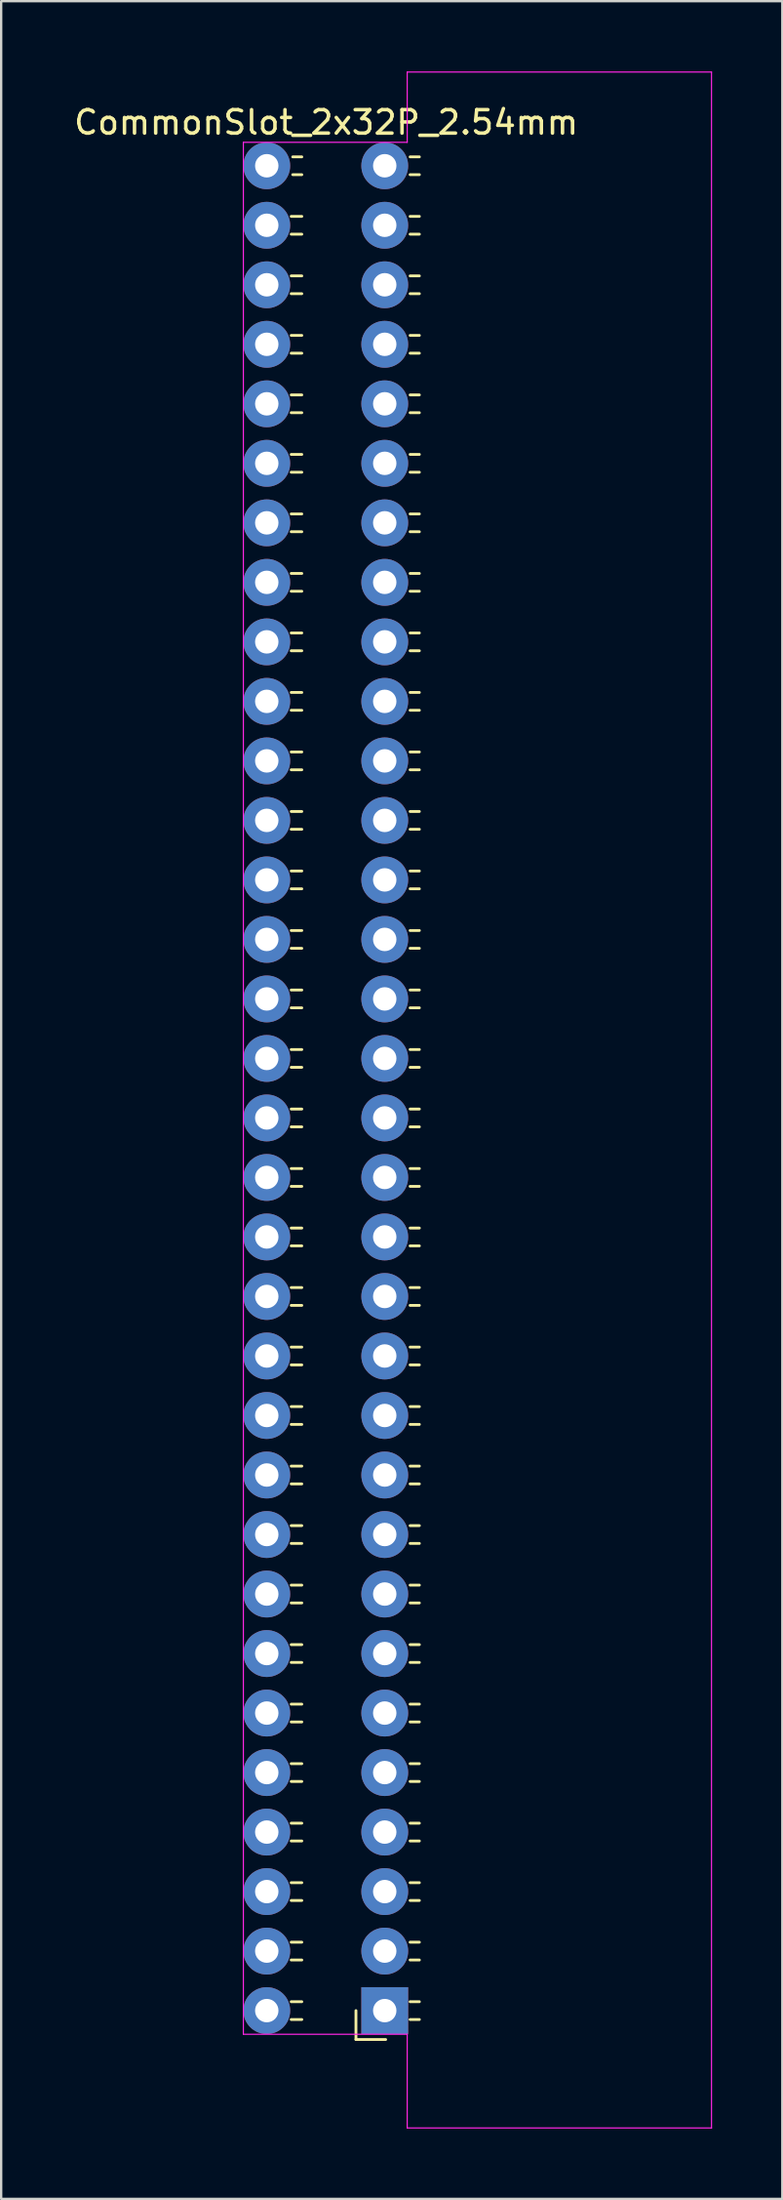
<source format=kicad_pcb>
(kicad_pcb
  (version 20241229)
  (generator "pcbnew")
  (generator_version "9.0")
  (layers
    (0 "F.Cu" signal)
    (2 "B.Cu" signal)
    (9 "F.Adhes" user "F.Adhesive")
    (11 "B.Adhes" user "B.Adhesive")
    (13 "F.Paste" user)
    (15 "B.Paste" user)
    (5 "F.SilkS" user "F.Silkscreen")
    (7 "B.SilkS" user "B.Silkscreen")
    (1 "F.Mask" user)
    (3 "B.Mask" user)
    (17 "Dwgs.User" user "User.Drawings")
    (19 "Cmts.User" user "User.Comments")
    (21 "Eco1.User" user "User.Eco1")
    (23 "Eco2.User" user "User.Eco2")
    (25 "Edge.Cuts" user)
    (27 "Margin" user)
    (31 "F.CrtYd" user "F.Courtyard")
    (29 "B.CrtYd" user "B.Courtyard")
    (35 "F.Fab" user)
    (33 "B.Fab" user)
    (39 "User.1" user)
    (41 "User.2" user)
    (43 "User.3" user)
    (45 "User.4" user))
  (footprint "CommonSlot_2x32P_2.54mm"
    (layer "F.Cu")
    (at 8.347 4.025)
    (property "Reference" "CommonSlot_2x32P_2.54mm" (at 2.54 -1.85 0) (layer "F.SilkS") (effects (font (size 1 1) (thickness 0.15))))
    (attr through_hole)
    (fp_line (start 1.043 2.16) (end 1.497 2.16) (stroke (width 0.12) (type solid)) (layer "F.SilkS"))
    (fp_line (start 1.043 2.92) (end 1.497 2.92) (stroke (width 0.12) (type solid)) (layer "F.SilkS"))
    (fp_line (start 1.043 4.7) (end 1.497 4.7) (stroke (width 0.12) (type solid)) (layer "F.SilkS"))
    (fp_line (start 1.043 5.46) (end 1.497 5.46) (stroke (width 0.12) (type solid)) (layer "F.SilkS"))
    (fp_line (start 1.043 7.24) (end 1.497 7.24) (stroke (width 0.12) (type solid)) (layer "F.SilkS"))
    (fp_line (start 1.043 8) (end 1.497 8) (stroke (width 0.12) (type solid)) (layer "F.SilkS"))
    (fp_line (start 1.043 9.78) (end 1.497 9.78) (stroke (width 0.12) (type solid)) (layer "F.SilkS"))
    (fp_line (start 1.043 10.54) (end 1.497 10.54) (stroke (width 0.12) (type solid)) (layer "F.SilkS"))
    (fp_line (start 1.043 12.32) (end 1.497 12.32) (stroke (width 0.12) (type solid)) (layer "F.SilkS"))
    (fp_line (start 1.043 13.08) (end 1.497 13.08) (stroke (width 0.12) (type solid)) (layer "F.SilkS"))
    (fp_line (start 1.043 14.86) (end 1.497 14.86) (stroke (width 0.12) (type solid)) (layer "F.SilkS"))
    (fp_line (start 1.043 15.62) (end 1.497 15.62) (stroke (width 0.12) (type solid)) (layer "F.SilkS"))
    (fp_line (start 1.043 17.4) (end 1.497 17.4) (stroke (width 0.12) (type solid)) (layer "F.SilkS"))
    (fp_line (start 1.043 18.16) (end 1.497 18.16) (stroke (width 0.12) (type solid)) (layer "F.SilkS"))
    (fp_line (start 1.043 19.94) (end 1.497 19.94) (stroke (width 0.12) (type solid)) (layer "F.SilkS"))
    (fp_line (start 1.043 20.7) (end 1.497 20.7) (stroke (width 0.12) (type solid)) (layer "F.SilkS"))
    (fp_line (start 1.043 22.48) (end 1.497 22.48) (stroke (width 0.12) (type solid)) (layer "F.SilkS"))
    (fp_line (start 1.043 23.24) (end 1.497 23.24) (stroke (width 0.12) (type solid)) (layer "F.SilkS"))
    (fp_line (start 1.043 25.02) (end 1.497 25.02) (stroke (width 0.12) (type solid)) (layer "F.SilkS"))
    (fp_line (start 1.043 25.78) (end 1.497 25.78) (stroke (width 0.12) (type solid)) (layer "F.SilkS"))
    (fp_line (start 1.043 27.56) (end 1.497 27.56) (stroke (width 0.12) (type solid)) (layer "F.SilkS"))
    (fp_line (start 1.043 28.32) (end 1.497 28.32) (stroke (width 0.12) (type solid)) (layer "F.SilkS"))
    (fp_line (start 1.043 30.1) (end 1.497 30.1) (stroke (width 0.12) (type solid)) (layer "F.SilkS"))
    (fp_line (start 1.043 30.86) (end 1.497 30.86) (stroke (width 0.12) (type solid)) (layer "F.SilkS"))
    (fp_line (start 1.043 32.64) (end 1.497 32.64) (stroke (width 0.12) (type solid)) (layer "F.SilkS"))
    (fp_line (start 1.043 33.4) (end 1.497 33.4) (stroke (width 0.12) (type solid)) (layer "F.SilkS"))
    (fp_line (start 1.043 35.18) (end 1.497 35.18) (stroke (width 0.12) (type solid)) (layer "F.SilkS"))
    (fp_line (start 1.043 35.94) (end 1.497 35.94) (stroke (width 0.12) (type solid)) (layer "F.SilkS"))
    (fp_line (start 1.043 37.72) (end 1.497 37.72) (stroke (width 0.12) (type solid)) (layer "F.SilkS"))
    (fp_line (start 1.043 38.48) (end 1.497 38.48) (stroke (width 0.12) (type solid)) (layer "F.SilkS"))
    (fp_line (start 1.043 40.26) (end 1.497 40.26) (stroke (width 0.12) (type solid)) (layer "F.SilkS"))
    (fp_line (start 1.043 41.02) (end 1.497 41.02) (stroke (width 0.12) (type solid)) (layer "F.SilkS"))
    (fp_line (start 1.043 42.8) (end 1.497 42.8) (stroke (width 0.12) (type solid)) (layer "F.SilkS"))
    (fp_line (start 1.043 43.56) (end 1.497 43.56) (stroke (width 0.12) (type solid)) (layer "F.SilkS"))
    (fp_line (start 1.043 45.34) (end 1.497 45.34) (stroke (width 0.12) (type solid)) (layer "F.SilkS"))
    (fp_line (start 1.043 46.1) (end 1.497 46.1) (stroke (width 0.12) (type solid)) (layer "F.SilkS"))
    (fp_line (start 1.043 47.88) (end 1.497 47.88) (stroke (width 0.12) (type solid)) (layer "F.SilkS"))
    (fp_line (start 1.043 48.64) (end 1.497 48.64) (stroke (width 0.12) (type solid)) (layer "F.SilkS"))
    (fp_line (start 1.043 50.42) (end 1.497 50.42) (stroke (width 0.12) (type solid)) (layer "F.SilkS"))
    (fp_line (start 1.043 51.18) (end 1.497 51.18) (stroke (width 0.12) (type solid)) (layer "F.SilkS"))
    (fp_line (start 1.043 52.96) (end 1.497 52.96) (stroke (width 0.12) (type solid)) (layer "F.SilkS"))
    (fp_line (start 1.043 53.72) (end 1.497 53.72) (stroke (width 0.12) (type solid)) (layer "F.SilkS"))
    (fp_line (start 1.043 55.5) (end 1.497 55.5) (stroke (width 0.12) (type solid)) (layer "F.SilkS"))
    (fp_line (start 1.043 56.26) (end 1.497 56.26) (stroke (width 0.12) (type solid)) (layer "F.SilkS"))
    (fp_line (start 1.043 58.04) (end 1.497 58.04) (stroke (width 0.12) (type solid)) (layer "F.SilkS"))
    (fp_line (start 1.043 58.8) (end 1.497 58.8) (stroke (width 0.12) (type solid)) (layer "F.SilkS"))
    (fp_line (start 1.043 60.58) (end 1.497 60.58) (stroke (width 0.12) (type solid)) (layer "F.SilkS"))
    (fp_line (start 1.043 61.34) (end 1.497 61.34) (stroke (width 0.12) (type solid)) (layer "F.SilkS"))
    (fp_line (start 1.043 63.12) (end 1.497 63.12) (stroke (width 0.12) (type solid)) (layer "F.SilkS"))
    (fp_line (start 1.043 63.88) (end 1.497 63.88) (stroke (width 0.12) (type solid)) (layer "F.SilkS"))
    (fp_line (start 1.043 65.66) (end 1.497 65.66) (stroke (width 0.12) (type solid)) (layer "F.SilkS"))
    (fp_line (start 1.043 66.42) (end 1.497 66.42) (stroke (width 0.12) (type solid)) (layer "F.SilkS"))
    (fp_line (start 1.043 68.2) (end 1.497 68.2) (stroke (width 0.12) (type solid)) (layer "F.SilkS"))
    (fp_line (start 1.043 68.96) (end 1.497 68.96) (stroke (width 0.12) (type solid)) (layer "F.SilkS"))
    (fp_line (start 1.043 70.74) (end 1.497 70.74) (stroke (width 0.12) (type solid)) (layer "F.SilkS"))
    (fp_line (start 1.043 71.5) (end 1.497 71.5) (stroke (width 0.12) (type solid)) (layer "F.SilkS"))
    (fp_line (start 1.043 73.28) (end 1.497 73.28) (stroke (width 0.12) (type solid)) (layer "F.SilkS"))
    (fp_line (start 1.043 74.04) (end 1.497 74.04) (stroke (width 0.12) (type solid)) (layer "F.SilkS"))
    (fp_line (start 1.043 75.82) (end 1.497 75.82) (stroke (width 0.12) (type solid)) (layer "F.SilkS"))
    (fp_line (start 1.043 76.58) (end 1.497 76.58) (stroke (width 0.12) (type solid)) (layer "F.SilkS"))
    (fp_line (start 1.043 78.36) (end 1.497 78.36) (stroke (width 0.12) (type solid)) (layer "F.SilkS"))
    (fp_line (start 1.043 79.12) (end 1.497 79.12) (stroke (width 0.12) (type solid)) (layer "F.SilkS"))
    (fp_line (start 1.11 -0.38) (end 1.497 -0.38) (stroke (width 0.12) (type solid)) (layer "F.SilkS"))
    (fp_line (start 1.11 0.38) (end 1.497 0.38) (stroke (width 0.12) (type solid)) (layer "F.SilkS"))
    (fp_line (start 3.81 78.74) (end 3.81 79.974) (stroke (width 0.12) (type solid)) (layer "F.SilkS"))
    (fp_line (start 3.81 79.974) (end 5.08 79.974) (stroke (width 0.12) (type solid)) (layer "F.SilkS"))
    (fp_line (start 6.123 -0.38) (end 6.52 -0.38) (stroke (width 0.12) (type solid)) (layer "F.SilkS"))
    (fp_line (start 6.123 0.38) (end 6.52 0.38) (stroke (width 0.12) (type solid)) (layer "F.SilkS"))
    (fp_line (start 6.123 2.16) (end 6.52 2.16) (stroke (width 0.12) (type solid)) (layer "F.SilkS"))
    (fp_line (start 6.123 2.92) (end 6.52 2.92) (stroke (width 0.12) (type solid)) (layer "F.SilkS"))
    (fp_line (start 6.123 4.7) (end 6.52 4.7) (stroke (width 0.12) (type solid)) (layer "F.SilkS"))
    (fp_line (start 6.123 5.46) (end 6.52 5.46) (stroke (width 0.12) (type solid)) (layer "F.SilkS"))
    (fp_line (start 6.123 7.24) (end 6.52 7.24) (stroke (width 0.12) (type solid)) (layer "F.SilkS"))
    (fp_line (start 6.123 8) (end 6.52 8) (stroke (width 0.12) (type solid)) (layer "F.SilkS"))
    (fp_line (start 6.123 9.78) (end 6.52 9.78) (stroke (width 0.12) (type solid)) (layer "F.SilkS"))
    (fp_line (start 6.123 10.54) (end 6.52 10.54) (stroke (width 0.12) (type solid)) (layer "F.SilkS"))
    (fp_line (start 6.123 12.32) (end 6.52 12.32) (stroke (width 0.12) (type solid)) (layer "F.SilkS"))
    (fp_line (start 6.123 13.08) (end 6.52 13.08) (stroke (width 0.12) (type solid)) (layer "F.SilkS"))
    (fp_line (start 6.123 14.86) (end 6.52 14.86) (stroke (width 0.12) (type solid)) (layer "F.SilkS"))
    (fp_line (start 6.123 15.62) (end 6.52 15.62) (stroke (width 0.12) (type solid)) (layer "F.SilkS"))
    (fp_line (start 6.123 17.4) (end 6.52 17.4) (stroke (width 0.12) (type solid)) (layer "F.SilkS"))
    (fp_line (start 6.123 18.16) (end 6.52 18.16) (stroke (width 0.12) (type solid)) (layer "F.SilkS"))
    (fp_line (start 6.123 19.94) (end 6.52 19.94) (stroke (width 0.12) (type solid)) (layer "F.SilkS"))
    (fp_line (start 6.123 20.7) (end 6.52 20.7) (stroke (width 0.12) (type solid)) (layer "F.SilkS"))
    (fp_line (start 6.123 22.48) (end 6.52 22.48) (stroke (width 0.12) (type solid)) (layer "F.SilkS"))
    (fp_line (start 6.123 23.24) (end 6.52 23.24) (stroke (width 0.12) (type solid)) (layer "F.SilkS"))
    (fp_line (start 6.123 25.02) (end 6.52 25.02) (stroke (width 0.12) (type solid)) (layer "F.SilkS"))
    (fp_line (start 6.123 25.78) (end 6.52 25.78) (stroke (width 0.12) (type solid)) (layer "F.SilkS"))
    (fp_line (start 6.123 27.56) (end 6.52 27.56) (stroke (width 0.12) (type solid)) (layer "F.SilkS"))
    (fp_line (start 6.123 28.32) (end 6.52 28.32) (stroke (width 0.12) (type solid)) (layer "F.SilkS"))
    (fp_line (start 6.123 30.1) (end 6.52 30.1) (stroke (width 0.12) (type solid)) (layer "F.SilkS"))
    (fp_line (start 6.123 30.86) (end 6.52 30.86) (stroke (width 0.12) (type solid)) (layer "F.SilkS"))
    (fp_line (start 6.123 32.64) (end 6.52 32.64) (stroke (width 0.12) (type solid)) (layer "F.SilkS"))
    (fp_line (start 6.123 33.4) (end 6.52 33.4) (stroke (width 0.12) (type solid)) (layer "F.SilkS"))
    (fp_line (start 6.123 35.18) (end 6.52 35.18) (stroke (width 0.12) (type solid)) (layer "F.SilkS"))
    (fp_line (start 6.123 35.94) (end 6.52 35.94) (stroke (width 0.12) (type solid)) (layer "F.SilkS"))
    (fp_line (start 6.123 37.72) (end 6.52 37.72) (stroke (width 0.12) (type solid)) (layer "F.SilkS"))
    (fp_line (start 6.123 38.48) (end 6.52 38.48) (stroke (width 0.12) (type solid)) (layer "F.SilkS"))
    (fp_line (start 6.123 40.26) (end 6.52 40.26) (stroke (width 0.12) (type solid)) (layer "F.SilkS"))
    (fp_line (start 6.123 41.02) (end 6.52 41.02) (stroke (width 0.12) (type solid)) (layer "F.SilkS"))
    (fp_line (start 6.123 42.8) (end 6.52 42.8) (stroke (width 0.12) (type solid)) (layer "F.SilkS"))
    (fp_line (start 6.123 43.56) (end 6.52 43.56) (stroke (width 0.12) (type solid)) (layer "F.SilkS"))
    (fp_line (start 6.123 45.34) (end 6.52 45.34) (stroke (width 0.12) (type solid)) (layer "F.SilkS"))
    (fp_line (start 6.123 46.1) (end 6.52 46.1) (stroke (width 0.12) (type solid)) (layer "F.SilkS"))
    (fp_line (start 6.123 47.88) (end 6.52 47.88) (stroke (width 0.12) (type solid)) (layer "F.SilkS"))
    (fp_line (start 6.123 48.64) (end 6.52 48.64) (stroke (width 0.12) (type solid)) (layer "F.SilkS"))
    (fp_line (start 6.123 50.42) (end 6.52 50.42) (stroke (width 0.12) (type solid)) (layer "F.SilkS"))
    (fp_line (start 6.123 51.18) (end 6.52 51.18) (stroke (width 0.12) (type solid)) (layer "F.SilkS"))
    (fp_line (start 6.123 52.96) (end 6.52 52.96) (stroke (width 0.12) (type solid)) (layer "F.SilkS"))
    (fp_line (start 6.123 53.72) (end 6.52 53.72) (stroke (width 0.12) (type solid)) (layer "F.SilkS"))
    (fp_line (start 6.123 55.5) (end 6.52 55.5) (stroke (width 0.12) (type solid)) (layer "F.SilkS"))
    (fp_line (start 6.123 56.26) (end 6.52 56.26) (stroke (width 0.12) (type solid)) (layer "F.SilkS"))
    (fp_line (start 6.123 58.04) (end 6.52 58.04) (stroke (width 0.12) (type solid)) (layer "F.SilkS"))
    (fp_line (start 6.123 58.8) (end 6.52 58.8) (stroke (width 0.12) (type solid)) (layer "F.SilkS"))
    (fp_line (start 6.123 60.58) (end 6.52 60.58) (stroke (width 0.12) (type solid)) (layer "F.SilkS"))
    (fp_line (start 6.123 61.34) (end 6.52 61.34) (stroke (width 0.12) (type solid)) (layer "F.SilkS"))
    (fp_line (start 6.123 63.12) (end 6.52 63.12) (stroke (width 0.12) (type solid)) (layer "F.SilkS"))
    (fp_line (start 6.123 63.88) (end 6.52 63.88) (stroke (width 0.12) (type solid)) (layer "F.SilkS"))
    (fp_line (start 6.123 65.66) (end 6.52 65.66) (stroke (width 0.12) (type solid)) (layer "F.SilkS"))
    (fp_line (start 6.123 66.42) (end 6.52 66.42) (stroke (width 0.12) (type solid)) (layer "F.SilkS"))
    (fp_line (start 6.123 68.2) (end 6.52 68.2) (stroke (width 0.12) (type solid)) (layer "F.SilkS"))
    (fp_line (start 6.123 68.96) (end 6.52 68.96) (stroke (width 0.12) (type solid)) (layer "F.SilkS"))
    (fp_line (start 6.123 70.74) (end 6.52 70.74) (stroke (width 0.12) (type solid)) (layer "F.SilkS"))
    (fp_line (start 6.123 71.5) (end 6.52 71.5) (stroke (width 0.12) (type solid)) (layer "F.SilkS"))
    (fp_line (start 6.123 73.28) (end 6.52 73.28) (stroke (width 0.12) (type solid)) (layer "F.SilkS"))
    (fp_line (start 6.123 74.04) (end 6.52 74.04) (stroke (width 0.12) (type solid)) (layer "F.SilkS"))
    (fp_line (start 6.123 75.82) (end 6.52 75.82) (stroke (width 0.12) (type solid)) (layer "F.SilkS"))
    (fp_line (start 6.123 76.58) (end 6.52 76.58) (stroke (width 0.12) (type solid)) (layer "F.SilkS"))
    (fp_line (start 6.123 78.36) (end 6.52 78.36) (stroke (width 0.12) (type solid)) (layer "F.SilkS"))
    (fp_line (start 6.123 79.12) (end 6.52 79.12) (stroke (width 0.12) (type solid)) (layer "F.SilkS"))
    (fp_line (start -1 -1) (end -1 79.75) (stroke (width 0.05) (type solid)) (layer "F.CrtYd"))
    (fp_line (start -1 79.75) (end 6 79.75) (stroke (width 0.05) (type solid)) (layer "F.CrtYd"))
    (fp_line (start 6 -4) (end 6 -1) (stroke (width 0.05) (type solid)) (layer "F.CrtYd"))
    (fp_line (start 6 -1) (end -1 -1) (stroke (width 0.05) (type solid)) (layer "F.CrtYd"))
    (fp_line (start 6 79.75) (end 6 83.75) (stroke (width 0.05) (type solid)) (layer "F.CrtYd"))
    (fp_line (start 6 83.75) (end 19 83.75) (stroke (width 0.05) (type solid)) (layer "F.CrtYd"))
    (fp_line (start 19 -4) (end 6 -4) (stroke (width 0.05) (type solid)) (layer "F.CrtYd"))
    (fp_line (start 19 83.75) (end 19 -4) (stroke (width 0.05) (type solid)) (layer "F.CrtYd"))
    (pad "1" thru_hole rect (at 5.04 78.74) (size 2 2) (drill 1) (layers "*.Cu" "*.Mask"))
    (pad "2" thru_hole oval (at 5.04 76.2) (size 2 2) (drill 1) (layers "*.Cu" "*.Mask"))
    (pad "3" thru_hole oval (at 5.04 73.66) (size 2 2) (drill 1) (layers "*.Cu" "*.Mask"))
    (pad "4" thru_hole oval (at 5.04 71.12) (size 2 2) (drill 1) (layers "*.Cu" "*.Mask"))
    (pad "5" thru_hole oval (at 5.04 68.58) (size 2 2) (drill 1) (layers "*.Cu" "*.Mask"))
    (pad "6" thru_hole oval (at 5.04 66.04) (size 2 2) (drill 1) (layers "*.Cu" "*.Mask"))
    (pad "7" thru_hole oval (at 5.04 63.5) (size 2 2) (drill 1) (layers "*.Cu" "*.Mask"))
    (pad "8" thru_hole oval (at 5.04 60.96) (size 2 2) (drill 1) (layers "*.Cu" "*.Mask"))
    (pad "9" thru_hole oval (at 5.04 58.42) (size 2 2) (drill 1) (layers "*.Cu" "*.Mask"))
    (pad "10" thru_hole oval (at 5.04 55.88) (size 2 2) (drill 1) (layers "*.Cu" "*.Mask"))
    (pad "11" thru_hole oval (at 5.04 53.34) (size 2 2) (drill 1) (layers "*.Cu" "*.Mask"))
    (pad "12" thru_hole oval (at 5.04 50.8) (size 2 2) (drill 1) (layers "*.Cu" "*.Mask"))
    (pad "13" thru_hole oval (at 5.04 48.26) (size 2 2) (drill 1) (layers "*.Cu" "*.Mask"))
    (pad "14" thru_hole oval (at 5.04 45.72) (size 2 2) (drill 1) (layers "*.Cu" "*.Mask"))
    (pad "15" thru_hole oval (at 5.04 43.18) (size 2 2) (drill 1) (layers "*.Cu" "*.Mask"))
    (pad "16" thru_hole oval (at 5.04 40.64) (size 2 2) (drill 1) (layers "*.Cu" "*.Mask"))
    (pad "17" thru_hole oval (at 5.04 38.1) (size 2 2) (drill 1) (layers "*.Cu" "*.Mask"))
    (pad "18" thru_hole oval (at 5.04 35.56) (size 2 2) (drill 1) (layers "*.Cu" "*.Mask"))
    (pad "19" thru_hole oval (at 5.04 33.02) (size 2 2) (drill 1) (layers "*.Cu" "*.Mask"))
    (pad "20" thru_hole oval (at 5.04 30.48) (size 2 2) (drill 1) (layers "*.Cu" "*.Mask"))
    (pad "21" thru_hole oval (at 5.04 27.94) (size 2 2) (drill 1) (layers "*.Cu" "*.Mask"))
    (pad "22" thru_hole oval (at 5.04 25.4) (size 2 2) (drill 1) (layers "*.Cu" "*.Mask"))
    (pad "23" thru_hole oval (at 5.04 22.86) (size 2 2) (drill 1) (layers "*.Cu" "*.Mask"))
    (pad "24" thru_hole oval (at 5.04 20.32) (size 2 2) (drill 1) (layers "*.Cu" "*.Mask"))
    (pad "25" thru_hole oval (at 5.04 17.78) (size 2 2) (drill 1) (layers "*.Cu" "*.Mask"))
    (pad "26" thru_hole oval (at 5.04 15.24) (size 2 2) (drill 1) (layers "*.Cu" "*.Mask"))
    (pad "27" thru_hole oval (at 5.04 12.7) (size 2 2) (drill 1) (layers "*.Cu" "*.Mask"))
    (pad "28" thru_hole oval (at 5.04 10.16) (size 2 2) (drill 1) (layers "*.Cu" "*.Mask"))
    (pad "29" thru_hole oval (at 5.04 7.62) (size 2 2) (drill 1) (layers "*.Cu" "*.Mask"))
    (pad "30" thru_hole oval (at 5.04 5.08) (size 2 2) (drill 1) (layers "*.Cu" "*.Mask"))
    (pad "31" thru_hole circle (at 5.04 2.54) (size 2 2) (drill 1) (layers "*.Cu" "*.Mask"))
    (pad "32" thru_hole circle (at 5.04 0) (size 2 2) (drill 1) (layers "*.Cu" "*.Mask"))
    (pad "33" thru_hole circle (at 0 0) (size 2 2) (drill 1) (layers "*.Cu" "*.Mask"))
    (pad "34" thru_hole circle (at 0 2.54) (size 2 2) (drill 1) (layers "*.Cu" "*.Mask"))
    (pad "35" thru_hole circle (at 0 5.08) (size 2 2) (drill 1) (layers "*.Cu" "*.Mask"))
    (pad "36" thru_hole circle (at 0 7.62) (size 2 2) (drill 1) (layers "*.Cu" "*.Mask"))
    (pad "37" thru_hole circle (at 0 10.16) (size 2 2) (drill 1) (layers "*.Cu" "*.Mask"))
    (pad "38" thru_hole circle (at 0 12.7) (size 2 2) (drill 1) (layers "*.Cu" "*.Mask"))
    (pad "39" thru_hole circle (at 0 15.24) (size 2 2) (drill 1) (layers "*.Cu" "*.Mask"))
    (pad "40" thru_hole circle (at 0 17.78) (size 2 2) (drill 1) (layers "*.Cu" "*.Mask"))
    (pad "41" thru_hole circle (at 0 20.32) (size 2 2) (drill 1) (layers "*.Cu" "*.Mask"))
    (pad "42" thru_hole circle (at 0 22.86) (size 2 2) (drill 1) (layers "*.Cu" "*.Mask"))
    (pad "43" thru_hole circle (at 0 25.4) (size 2 2) (drill 1) (layers "*.Cu" "*.Mask"))
    (pad "44" thru_hole circle (at 0 27.94) (size 2 2) (drill 1) (layers "*.Cu" "*.Mask"))
    (pad "45" thru_hole circle (at 0 30.48) (size 2 2) (drill 1) (layers "*.Cu" "*.Mask"))
    (pad "46" thru_hole circle (at 0 33.02) (size 2 2) (drill 1) (layers "*.Cu" "*.Mask"))
    (pad "47" thru_hole circle (at 0 35.56) (size 2 2) (drill 1) (layers "*.Cu" "*.Mask"))
    (pad "48" thru_hole circle (at 0 38.1) (size 2 2) (drill 1) (layers "*.Cu" "*.Mask"))
    (pad "49" thru_hole circle (at 0 40.64) (size 2 2) (drill 1) (layers "*.Cu" "*.Mask"))
    (pad "50" thru_hole circle (at 0 43.18) (size 2 2) (drill 1) (layers "*.Cu" "*.Mask"))
    (pad "51" thru_hole circle (at 0 45.72) (size 2 2) (drill 1) (layers "*.Cu" "*.Mask"))
    (pad "52" thru_hole circle (at 0 48.26) (size 2 2) (drill 1) (layers "*.Cu" "*.Mask"))
    (pad "53" thru_hole circle (at 0 50.8) (size 2 2) (drill 1) (layers "*.Cu" "*.Mask"))
    (pad "54" thru_hole circle (at 0 53.34) (size 2 2) (drill 1) (layers "*.Cu" "*.Mask"))
    (pad "55" thru_hole circle (at 0 55.88) (size 2 2) (drill 1) (layers "*.Cu" "*.Mask"))
    (pad "56" thru_hole circle (at 0 58.42) (size 2 2) (drill 1) (layers "*.Cu" "*.Mask"))
    (pad "57" thru_hole circle (at 0 60.96) (size 2 2) (drill 1) (layers "*.Cu" "*.Mask"))
    (pad "58" thru_hole circle (at 0 63.5) (size 2 2) (drill 1) (layers "*.Cu" "*.Mask"))
    (pad "59" thru_hole circle (at 0 66.04) (size 2 2) (drill 1) (layers "*.Cu" "*.Mask"))
    (pad "60" thru_hole circle (at 0 68.58) (size 2 2) (drill 1) (layers "*.Cu" "*.Mask"))
    (pad "61" thru_hole circle (at 0 71.12) (size 2 2) (drill 1) (layers "*.Cu" "*.Mask"))
    (pad "62" thru_hole circle (at 0 73.66) (size 2 2) (drill 1) (layers "*.Cu" "*.Mask"))
    (pad "63" thru_hole circle (at 0 76.2) (size 2 2) (drill 1) (layers "*.Cu" "*.Mask"))
    (pad "64" thru_hole circle (at 0 78.74) (size 2 2) (drill 1) (layers "*.Cu" "*.Mask")))
  (gr_rect
    (start -3 -3)
    (end 30.372 90.8)
    (stroke (width 0.1) (type default))
    (fill no)
    (layer "Edge.Cuts")))
</source>
